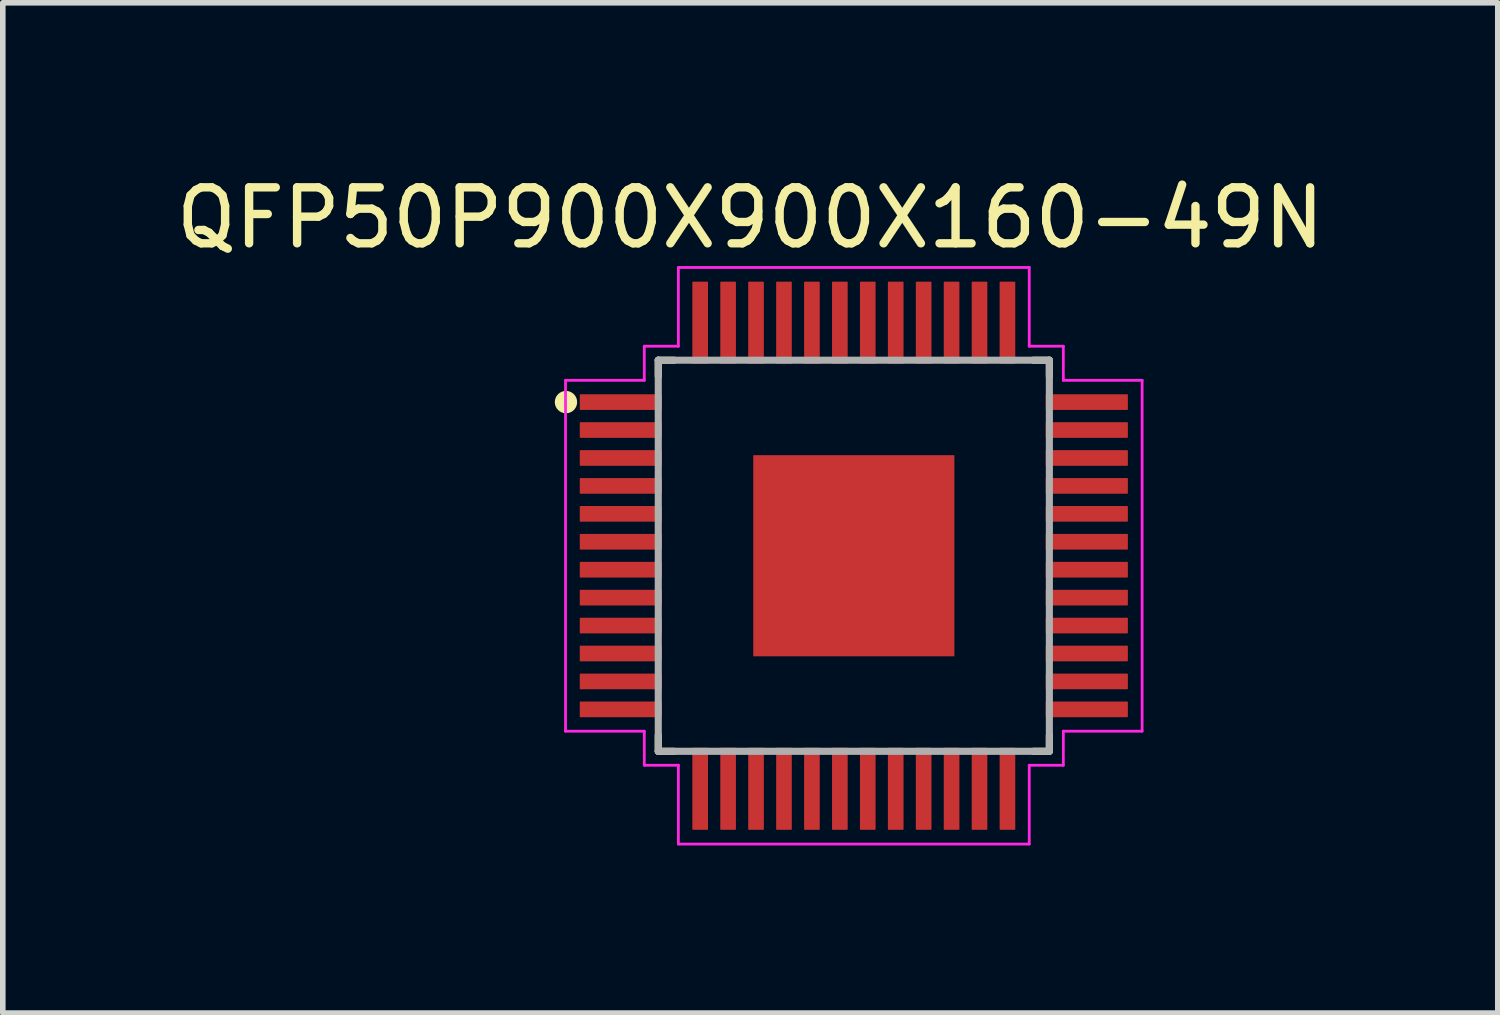
<source format=kicad_pcb>
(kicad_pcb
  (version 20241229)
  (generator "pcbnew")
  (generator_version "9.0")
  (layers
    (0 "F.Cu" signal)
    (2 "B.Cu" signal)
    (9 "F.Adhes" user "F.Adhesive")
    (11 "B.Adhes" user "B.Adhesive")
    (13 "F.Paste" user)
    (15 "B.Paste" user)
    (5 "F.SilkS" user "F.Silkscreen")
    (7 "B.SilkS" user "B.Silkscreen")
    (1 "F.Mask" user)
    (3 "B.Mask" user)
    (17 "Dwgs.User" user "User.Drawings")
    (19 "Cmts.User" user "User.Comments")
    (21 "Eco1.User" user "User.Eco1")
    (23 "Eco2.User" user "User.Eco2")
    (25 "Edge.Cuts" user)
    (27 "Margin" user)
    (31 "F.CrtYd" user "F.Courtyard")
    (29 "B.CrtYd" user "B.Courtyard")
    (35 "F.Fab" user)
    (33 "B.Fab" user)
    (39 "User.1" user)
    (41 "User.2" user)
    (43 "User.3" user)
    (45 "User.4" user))
  (footprint "QFP50P900X900X160-49N"
    (layer "F.Cu")
    (at 12.232 6.897)
    (property "Reference" "QFP50P900X900X160-49N" (at -1.853 -6.048 0) (layer "F.SilkS") (effects (font (size 1.002 1.002) (thickness 0.15))))
    (attr through_hole)
    (fp_line (start -3.5 -3.5) (end -3.5 -3.215) (stroke (width 0.127) (type solid)) (layer "F.SilkS"))
    (fp_line (start -3.5 -3.5) (end -3.215 -3.5) (stroke (width 0.127) (type solid)) (layer "F.SilkS"))
    (fp_line (start -3.5 3.5) (end -3.5 3.215) (stroke (width 0.127) (type solid)) (layer "F.SilkS"))
    (fp_line (start -3.5 3.5) (end -3.215 3.5) (stroke (width 0.127) (type solid)) (layer "F.SilkS"))
    (fp_line (start 3.5 -3.5) (end 3.215 -3.5) (stroke (width 0.127) (type solid)) (layer "F.SilkS"))
    (fp_line (start 3.5 -3.5) (end 3.5 -3.215) (stroke (width 0.127) (type solid)) (layer "F.SilkS"))
    (fp_line (start 3.5 3.5) (end 3.215 3.5) (stroke (width 0.127) (type solid)) (layer "F.SilkS"))
    (fp_line (start 3.5 3.5) (end 3.5 3.215) (stroke (width 0.127) (type solid)) (layer "F.SilkS"))
    (fp_circle (center -5.152 -2.75) (end -5.052 -2.75) (stroke (width 0.2) (type solid)) (fill no) (layer "F.SilkS"))
    (fp_poly (pts (xy -1.447 -1.445) (xy -0.175 -1.445) (xy -0.175 -0.175) (xy -1.447 -0.175)) (stroke (width 0.01) (type solid)) (fill yes) (layer "F.Paste"))
    (fp_poly (pts (xy -1.447 0.175) (xy -0.175 0.175) (xy -0.175 1.447) (xy -1.447 1.447)) (stroke (width 0.01) (type solid)) (fill yes) (layer "F.Paste"))
    (fp_poly (pts (xy 0.175 0.175) (xy 1.445 0.175) (xy 1.445 1.446) (xy 0.175 1.446)) (stroke (width 0.01) (type solid)) (fill yes) (layer "F.Paste"))
    (fp_poly (pts (xy 0.175 -1.445) (xy 1.445 -1.445) (xy 1.445 -0.175) (xy 0.175 -0.175)) (stroke (width 0.01) (type solid)) (fill yes) (layer "F.Paste"))
    (fp_line (start -5.16 -3.14) (end -3.75 -3.14) (stroke (width 0.05) (type solid)) (layer "F.CrtYd"))
    (fp_line (start -5.16 3.14) (end -5.16 -3.14) (stroke (width 0.05) (type solid)) (layer "F.CrtYd"))
    (fp_line (start -3.75 -3.75) (end -3.14 -3.75) (stroke (width 0.05) (type solid)) (layer "F.CrtYd"))
    (fp_line (start -3.75 -3.14) (end -3.75 -3.75) (stroke (width 0.05) (type solid)) (layer "F.CrtYd"))
    (fp_line (start -3.75 3.14) (end -5.16 3.14) (stroke (width 0.05) (type solid)) (layer "F.CrtYd"))
    (fp_line (start -3.75 3.75) (end -3.75 3.14) (stroke (width 0.05) (type solid)) (layer "F.CrtYd"))
    (fp_line (start -3.14 -5.16) (end 3.14 -5.16) (stroke (width 0.05) (type solid)) (layer "F.CrtYd"))
    (fp_line (start -3.14 -3.75) (end -3.14 -5.16) (stroke (width 0.05) (type solid)) (layer "F.CrtYd"))
    (fp_line (start -3.14 3.75) (end -3.75 3.75) (stroke (width 0.05) (type solid)) (layer "F.CrtYd"))
    (fp_line (start -3.14 5.16) (end -3.14 3.75) (stroke (width 0.05) (type solid)) (layer "F.CrtYd"))
    (fp_line (start 3.14 -5.16) (end 3.14 -3.75) (stroke (width 0.05) (type solid)) (layer "F.CrtYd"))
    (fp_line (start 3.14 -3.75) (end 3.75 -3.75) (stroke (width 0.05) (type solid)) (layer "F.CrtYd"))
    (fp_line (start 3.14 3.75) (end 3.14 5.16) (stroke (width 0.05) (type solid)) (layer "F.CrtYd"))
    (fp_line (start 3.14 5.16) (end -3.14 5.16) (stroke (width 0.05) (type solid)) (layer "F.CrtYd"))
    (fp_line (start 3.75 -3.75) (end 3.75 -3.14) (stroke (width 0.05) (type solid)) (layer "F.CrtYd"))
    (fp_line (start 3.75 -3.14) (end 5.16 -3.14) (stroke (width 0.05) (type solid)) (layer "F.CrtYd"))
    (fp_line (start 3.75 3.14) (end 3.75 3.75) (stroke (width 0.05) (type solid)) (layer "F.CrtYd"))
    (fp_line (start 3.75 3.75) (end 3.14 3.75) (stroke (width 0.05) (type solid)) (layer "F.CrtYd"))
    (fp_line (start 5.16 -3.14) (end 5.16 3.14) (stroke (width 0.05) (type solid)) (layer "F.CrtYd"))
    (fp_line (start 5.16 3.14) (end 3.75 3.14) (stroke (width 0.05) (type solid)) (layer "F.CrtYd"))
    (fp_line (start -3.5 3.5) (end -3.5 -3.5) (stroke (width 0.127) (type solid)) (layer "F.Fab"))
    (fp_line (start 3.5 -3.5) (end -3.5 -3.5) (stroke (width 0.127) (type solid)) (layer "F.Fab"))
    (fp_line (start 3.5 3.5) (end -3.5 3.5) (stroke (width 0.127) (type solid)) (layer "F.Fab"))
    (fp_line (start 3.5 3.5) (end 3.5 -3.5) (stroke (width 0.127) (type solid)) (layer "F.Fab"))
    (pad "1" smd roundrect (at -4.17 -2.75) (size 1.47 0.28) (layers "F.Cu" "F.Mask" "F.Paste") (roundrect_rratio 0.04))
    (pad "2" smd roundrect (at -4.17 -2.25) (size 1.47 0.28) (layers "F.Cu" "F.Mask" "F.Paste") (roundrect_rratio 0.04))
    (pad "3" smd roundrect (at -4.17 -1.75) (size 1.47 0.28) (layers "F.Cu" "F.Mask" "F.Paste") (roundrect_rratio 0.04))
    (pad "4" smd roundrect (at -4.17 -1.25) (size 1.47 0.28) (layers "F.Cu" "F.Mask" "F.Paste") (roundrect_rratio 0.04))
    (pad "5" smd roundrect (at -4.17 -0.75) (size 1.47 0.28) (layers "F.Cu" "F.Mask" "F.Paste") (roundrect_rratio 0.04))
    (pad "6" smd roundrect (at -4.17 -0.25) (size 1.47 0.28) (layers "F.Cu" "F.Mask" "F.Paste") (roundrect_rratio 0.04))
    (pad "7" smd roundrect (at -4.17 0.25) (size 1.47 0.28) (layers "F.Cu" "F.Mask" "F.Paste") (roundrect_rratio 0.04))
    (pad "8" smd roundrect (at -4.17 0.75) (size 1.47 0.28) (layers "F.Cu" "F.Mask" "F.Paste") (roundrect_rratio 0.04))
    (pad "9" smd roundrect (at -4.17 1.25) (size 1.47 0.28) (layers "F.Cu" "F.Mask" "F.Paste") (roundrect_rratio 0.04))
    (pad "10" smd roundrect (at -4.17 1.75) (size 1.47 0.28) (layers "F.Cu" "F.Mask" "F.Paste") (roundrect_rratio 0.04))
    (pad "11" smd roundrect (at -4.17 2.25) (size 1.47 0.28) (layers "F.Cu" "F.Mask" "F.Paste") (roundrect_rratio 0.04))
    (pad "12" smd roundrect (at -4.17 2.75) (size 1.47 0.28) (layers "F.Cu" "F.Mask" "F.Paste") (roundrect_rratio 0.04))
    (pad "13" smd roundrect (at -2.75 4.17) (size 0.28 1.47) (layers "F.Cu" "F.Mask" "F.Paste") (roundrect_rratio 0.04))
    (pad "14" smd roundrect (at -2.25 4.17) (size 0.28 1.47) (layers "F.Cu" "F.Mask" "F.Paste") (roundrect_rratio 0.04))
    (pad "15" smd roundrect (at -1.75 4.17) (size 0.28 1.47) (layers "F.Cu" "F.Mask" "F.Paste") (roundrect_rratio 0.04))
    (pad "16" smd roundrect (at -1.25 4.17) (size 0.28 1.47) (layers "F.Cu" "F.Mask" "F.Paste") (roundrect_rratio 0.04))
    (pad "17" smd roundrect (at -0.75 4.17) (size 0.28 1.47) (layers "F.Cu" "F.Mask" "F.Paste") (roundrect_rratio 0.04))
    (pad "18" smd roundrect (at -0.25 4.17) (size 0.28 1.47) (layers "F.Cu" "F.Mask" "F.Paste") (roundrect_rratio 0.04))
    (pad "19" smd roundrect (at 0.25 4.17) (size 0.28 1.47) (layers "F.Cu" "F.Mask" "F.Paste") (roundrect_rratio 0.04))
    (pad "20" smd roundrect (at 0.75 4.17) (size 0.28 1.47) (layers "F.Cu" "F.Mask" "F.Paste") (roundrect_rratio 0.04))
    (pad "21" smd roundrect (at 1.25 4.17) (size 0.28 1.47) (layers "F.Cu" "F.Mask" "F.Paste") (roundrect_rratio 0.04))
    (pad "22" smd roundrect (at 1.75 4.17) (size 0.28 1.47) (layers "F.Cu" "F.Mask" "F.Paste") (roundrect_rratio 0.04))
    (pad "23" smd roundrect (at 2.25 4.17) (size 0.28 1.47) (layers "F.Cu" "F.Mask" "F.Paste") (roundrect_rratio 0.04))
    (pad "24" smd roundrect (at 2.75 4.17) (size 0.28 1.47) (layers "F.Cu" "F.Mask" "F.Paste") (roundrect_rratio 0.04))
    (pad "25" smd roundrect (at 4.17 2.75) (size 1.47 0.28) (layers "F.Cu" "F.Mask" "F.Paste") (roundrect_rratio 0.04))
    (pad "26" smd roundrect (at 4.17 2.25) (size 1.47 0.28) (layers "F.Cu" "F.Mask" "F.Paste") (roundrect_rratio 0.04))
    (pad "27" smd roundrect (at 4.17 1.75) (size 1.47 0.28) (layers "F.Cu" "F.Mask" "F.Paste") (roundrect_rratio 0.04))
    (pad "28" smd roundrect (at 4.17 1.25) (size 1.47 0.28) (layers "F.Cu" "F.Mask" "F.Paste") (roundrect_rratio 0.04))
    (pad "29" smd roundrect (at 4.17 0.75) (size 1.47 0.28) (layers "F.Cu" "F.Mask" "F.Paste") (roundrect_rratio 0.04))
    (pad "30" smd roundrect (at 4.17 0.25) (size 1.47 0.28) (layers "F.Cu" "F.Mask" "F.Paste") (roundrect_rratio 0.04))
    (pad "31" smd roundrect (at 4.17 -0.25) (size 1.47 0.28) (layers "F.Cu" "F.Mask" "F.Paste") (roundrect_rratio 0.04))
    (pad "32" smd roundrect (at 4.17 -0.75) (size 1.47 0.28) (layers "F.Cu" "F.Mask" "F.Paste") (roundrect_rratio 0.04))
    (pad "33" smd roundrect (at 4.17 -1.25) (size 1.47 0.28) (layers "F.Cu" "F.Mask" "F.Paste") (roundrect_rratio 0.04))
    (pad "34" smd roundrect (at 4.17 -1.75) (size 1.47 0.28) (layers "F.Cu" "F.Mask" "F.Paste") (roundrect_rratio 0.04))
    (pad "35" smd roundrect (at 4.17 -2.25) (size 1.47 0.28) (layers "F.Cu" "F.Mask" "F.Paste") (roundrect_rratio 0.04))
    (pad "36" smd roundrect (at 4.17 -2.75) (size 1.47 0.28) (layers "F.Cu" "F.Mask" "F.Paste") (roundrect_rratio 0.04))
    (pad "37" smd roundrect (at 2.75 -4.17) (size 0.28 1.47) (layers "F.Cu" "F.Mask" "F.Paste") (roundrect_rratio 0.04))
    (pad "38" smd roundrect (at 2.25 -4.17) (size 0.28 1.47) (layers "F.Cu" "F.Mask" "F.Paste") (roundrect_rratio 0.04))
    (pad "39" smd roundrect (at 1.75 -4.17) (size 0.28 1.47) (layers "F.Cu" "F.Mask" "F.Paste") (roundrect_rratio 0.04))
    (pad "40" smd roundrect (at 1.25 -4.17) (size 0.28 1.47) (layers "F.Cu" "F.Mask" "F.Paste") (roundrect_rratio 0.04))
    (pad "41" smd roundrect (at 0.75 -4.17) (size 0.28 1.47) (layers "F.Cu" "F.Mask" "F.Paste") (roundrect_rratio 0.04))
    (pad "42" smd roundrect (at 0.25 -4.17) (size 0.28 1.47) (layers "F.Cu" "F.Mask" "F.Paste") (roundrect_rratio 0.04))
    (pad "43" smd roundrect (at -0.25 -4.17) (size 0.28 1.47) (layers "F.Cu" "F.Mask" "F.Paste") (roundrect_rratio 0.04))
    (pad "44" smd roundrect (at -0.75 -4.17) (size 0.28 1.47) (layers "F.Cu" "F.Mask" "F.Paste") (roundrect_rratio 0.04))
    (pad "45" smd roundrect (at -1.25 -4.17) (size 0.28 1.47) (layers "F.Cu" "F.Mask" "F.Paste") (roundrect_rratio 0.04))
    (pad "46" smd roundrect (at -1.75 -4.17) (size 0.28 1.47) (layers "F.Cu" "F.Mask" "F.Paste") (roundrect_rratio 0.04))
    (pad "47" smd roundrect (at -2.25 -4.17) (size 0.28 1.47) (layers "F.Cu" "F.Mask" "F.Paste") (roundrect_rratio 0.04))
    (pad "48" smd roundrect (at -2.75 -4.17) (size 0.28 1.47) (layers "F.Cu" "F.Mask" "F.Paste") (roundrect_rratio 0.04))
    (pad "49" smd rect (at 0 0) (size 3.6 3.6) (layers "F.Cu" "F.Mask")))
  (gr_rect
    (start -3 -3)
    (end 23.758 15.082)
    (stroke (width 0.1) (type default))
    (fill no)
    (layer "Edge.Cuts")))
</source>
